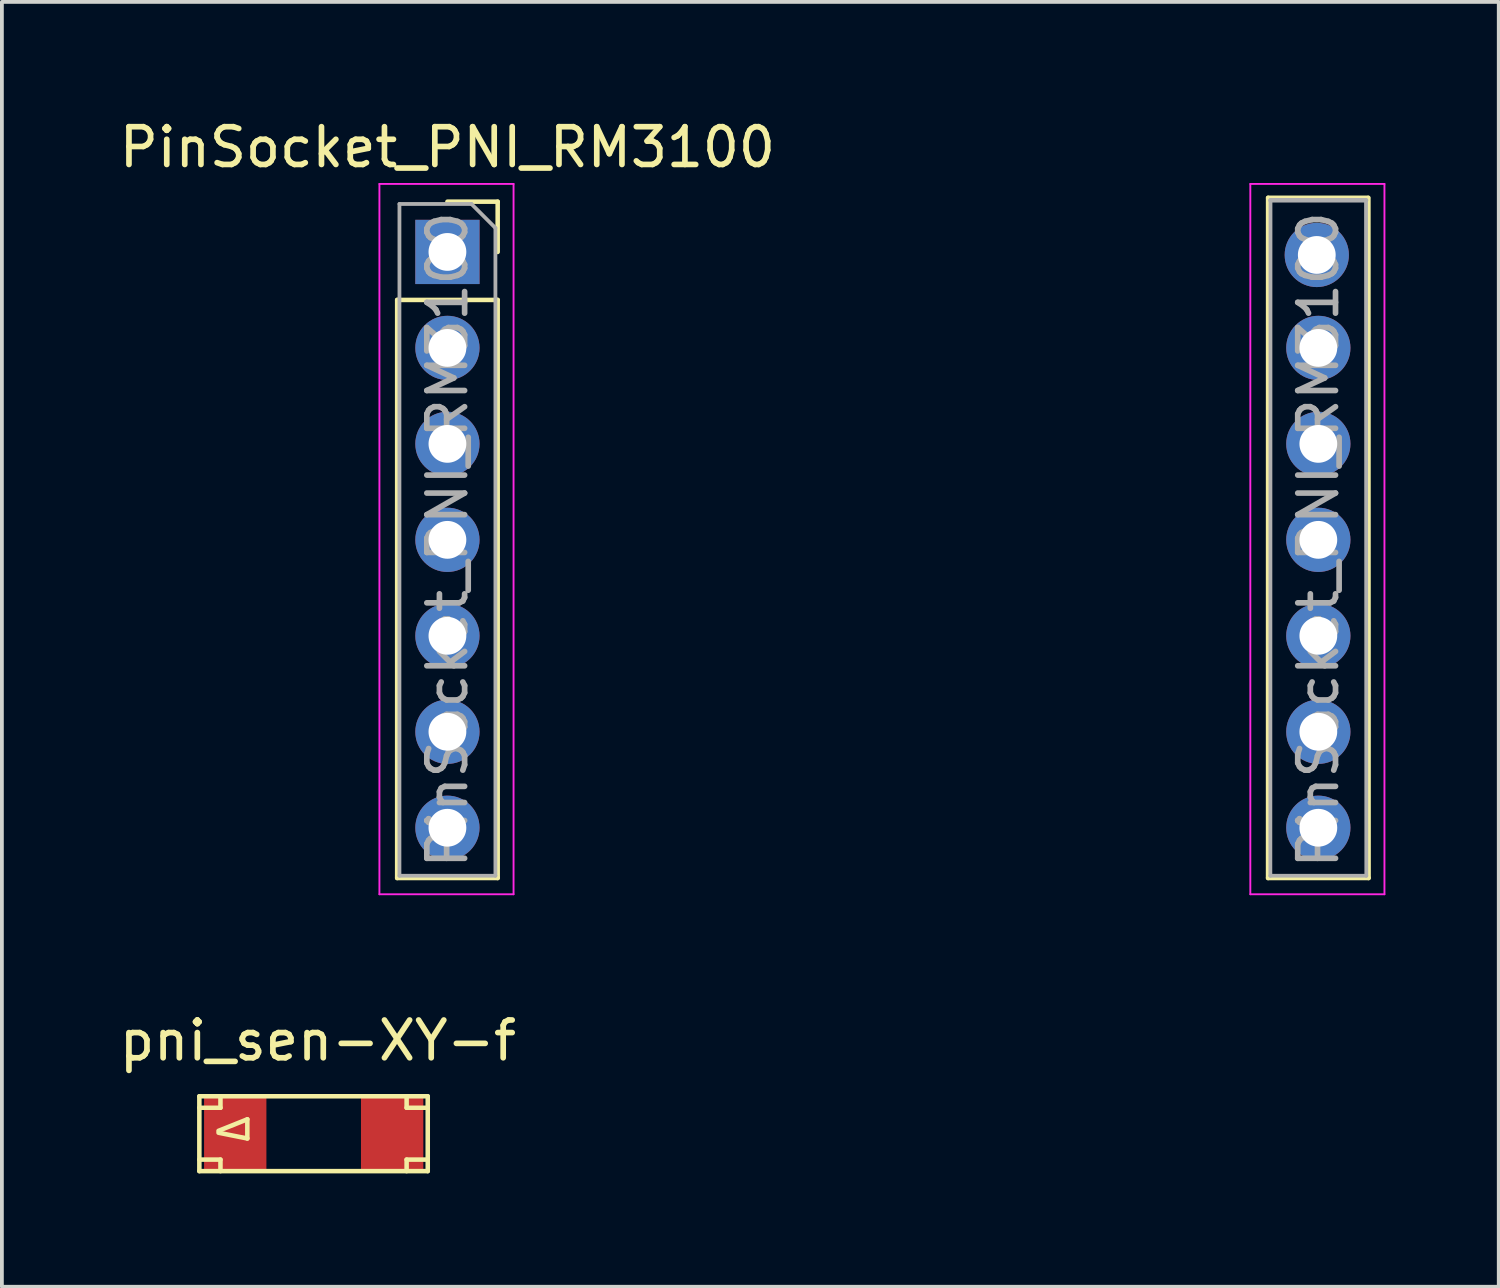
<source format=kicad_pcb>
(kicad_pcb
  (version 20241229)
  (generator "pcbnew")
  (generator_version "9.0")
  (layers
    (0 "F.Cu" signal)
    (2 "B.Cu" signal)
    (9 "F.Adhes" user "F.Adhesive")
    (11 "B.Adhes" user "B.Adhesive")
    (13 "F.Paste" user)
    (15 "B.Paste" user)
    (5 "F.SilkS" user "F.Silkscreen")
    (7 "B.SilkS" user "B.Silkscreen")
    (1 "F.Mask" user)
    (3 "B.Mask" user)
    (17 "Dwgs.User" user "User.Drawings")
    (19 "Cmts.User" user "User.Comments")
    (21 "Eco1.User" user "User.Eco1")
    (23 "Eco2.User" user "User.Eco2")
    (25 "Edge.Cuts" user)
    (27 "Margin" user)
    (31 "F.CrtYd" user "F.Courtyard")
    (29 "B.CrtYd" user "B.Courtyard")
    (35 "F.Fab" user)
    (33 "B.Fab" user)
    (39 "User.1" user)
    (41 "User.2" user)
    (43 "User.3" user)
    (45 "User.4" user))
  (footprint "pni_sen-XY-f"
    (layer "F.Cu")
    (at 5.439 27.006)
    (property "Reference" "pni_sen-XY-f" (at -0.076 -2.515 0) (layer "F.SilkS") (effects (font (size 1 1) (thickness 0.15))))
    (attr smd)
    (fp_poly (pts (xy -3.061 -0.965) (xy -3.061 0.876) (xy -1.511 0.87) (xy -1.511 -0.972)) (stroke (width 0.1) (type solid)) (fill yes) (layer "F.Mask"))
    (fp_line (start -3.213 -1.041) (end -3.213 0.94) (stroke (width 0.12) (type solid)) (layer "F.SilkS"))
    (fp_line (start -3.213 -0.737) (end -2.654 -0.737) (stroke (width 0.12) (type solid)) (layer "F.SilkS"))
    (fp_line (start -3.213 0.635) (end -2.654 0.635) (stroke (width 0.12) (type solid)) (layer "F.SilkS"))
    (fp_line (start -3.213 0.94) (end 2.832 0.94) (stroke (width 0.12) (type solid)) (layer "F.SilkS"))
    (fp_line (start -2.705 -0.127) (end -1.943 -0.432) (stroke (width 0.12) (type solid)) (layer "F.SilkS"))
    (fp_line (start -2.654 -0.737) (end -2.654 -1.041) (stroke (width 0.12) (type solid)) (layer "F.SilkS"))
    (fp_line (start -2.654 0.635) (end -2.654 0.94) (stroke (width 0.12) (type solid)) (layer "F.SilkS"))
    (fp_line (start -1.943 -0.432) (end -1.943 0.076) (stroke (width 0.12) (type solid)) (layer "F.SilkS"))
    (fp_line (start -1.943 0.076) (end -2.705 -0.076) (stroke (width 0.12) (type solid)) (layer "F.SilkS"))
    (fp_line (start 2.273 -1.041) (end 2.273 -0.737) (stroke (width 0.12) (type solid)) (layer "F.SilkS"))
    (fp_line (start 2.273 -0.737) (end 2.832 -0.737) (stroke (width 0.12) (type solid)) (layer "F.SilkS"))
    (fp_line (start 2.273 0.635) (end 2.273 0.94) (stroke (width 0.12) (type solid)) (layer "F.SilkS"))
    (fp_line (start 2.832 -1.041) (end -3.213 -1.041) (stroke (width 0.12) (type solid)) (layer "F.SilkS"))
    (fp_line (start 2.832 0.635) (end 2.273 0.635) (stroke (width 0.12) (type solid)) (layer "F.SilkS"))
    (fp_line (start 2.832 0.94) (end 2.832 -1.041) (stroke (width 0.12) (type solid)) (layer "F.SilkS"))
    (pad "1" smd rect (at -2.413 -0.203) (size 1.65 1.95) (drill (offset 0.15 0.15)) (layers "F.Cu" "F.Mask" "F.Paste"))
    (pad "2" smd rect (at 1.74 -0.203) (size 1.65 1.95) (drill (offset 0.15 0.15)) (layers "F.Cu" "F.Mask" "F.Paste")))
  (footprint "PinSocket_PNI_RM3100"
    (layer "F.Cu")
    (at 22.042 1.818)
    (property "Reference" "PinSocket_PNI_RM3100" (at -13.25 -0.97 0) (layer "F.SilkS") (effects (font (size 1 1) (thickness 0.15))))
    (attr through_hole)
    (fp_line (start -14.58 3.07) (end -14.58 18.37) (stroke (width 0.12) (type solid)) (layer "F.SilkS"))
    (fp_line (start -14.58 3.07) (end -11.92 3.07) (stroke (width 0.12) (type solid)) (layer "F.SilkS"))
    (fp_line (start -14.58 18.37) (end -11.92 18.37) (stroke (width 0.12) (type solid)) (layer "F.SilkS"))
    (fp_line (start -13.25 0.47) (end -11.92 0.47) (stroke (width 0.12) (type solid)) (layer "F.SilkS"))
    (fp_line (start -11.92 0.47) (end -11.92 1.8) (stroke (width 0.12) (type solid)) (layer "F.SilkS"))
    (fp_line (start -11.92 3.07) (end -11.92 18.37) (stroke (width 0.12) (type solid)) (layer "F.SilkS"))
    (fp_line (start 8.47 18.37) (end 11.13 18.37) (stroke (width 0.12) (type solid)) (layer "F.SilkS"))
    (fp_line (start 8.471 0.368) (end 8.47 18.37) (stroke (width 0.12) (type solid)) (layer "F.SilkS"))
    (fp_line (start 8.471 0.368) (end 11.113 0.368) (stroke (width 0.12) (type solid)) (layer "F.SilkS"))
    (fp_line (start 11.125 0.368) (end 11.13 18.37) (stroke (width 0.12) (type solid)) (layer "F.SilkS"))
    (fp_line (start -15.05 0) (end -11.5 0) (stroke (width 0.05) (type solid)) (layer "F.CrtYd"))
    (fp_line (start -15.05 18.8) (end -15.05 0) (stroke (width 0.05) (type solid)) (layer "F.CrtYd"))
    (fp_line (start -11.5 0) (end -11.5 18.8) (stroke (width 0.05) (type solid)) (layer "F.CrtYd"))
    (fp_line (start -11.5 18.8) (end -15.05 18.8) (stroke (width 0.05) (type solid)) (layer "F.CrtYd"))
    (fp_line (start 8 0) (end 11.55 0) (stroke (width 0.05) (type solid)) (layer "F.CrtYd"))
    (fp_line (start 8 18.8) (end 8 0) (stroke (width 0.05) (type solid)) (layer "F.CrtYd"))
    (fp_line (start 11.55 0) (end 11.55 18.8) (stroke (width 0.05) (type solid)) (layer "F.CrtYd"))
    (fp_line (start 11.55 18.8) (end 8 18.8) (stroke (width 0.05) (type solid)) (layer "F.CrtYd"))
    (fp_line (start -14.52 0.53) (end -12.615 0.53) (stroke (width 0.1) (type solid)) (layer "F.Fab"))
    (fp_line (start -14.52 18.31) (end -14.52 0.53) (stroke (width 0.1) (type solid)) (layer "F.Fab"))
    (fp_line (start -12.615 0.53) (end -11.98 1.165) (stroke (width 0.1) (type solid)) (layer "F.Fab"))
    (fp_line (start -11.98 1.165) (end -11.98 18.31) (stroke (width 0.1) (type solid)) (layer "F.Fab"))
    (fp_line (start -11.98 18.31) (end -14.52 18.31) (stroke (width 0.1) (type solid)) (layer "F.Fab"))
    (fp_line (start 8.53 18.31) (end 8.534 0.432) (stroke (width 0.1) (type solid)) (layer "F.Fab"))
    (fp_line (start 8.534 0.432) (end 11.062 0.432) (stroke (width 0.12) (type solid)) (layer "F.Fab"))
    (fp_line (start 11.062 0.432) (end 11.07 18.31) (stroke (width 0.1) (type solid)) (layer "F.Fab"))
    (fp_line (start 11.07 18.31) (end 8.53 18.31) (stroke (width 0.1) (type solid)) (layer "F.Fab"))
    (fp_text user "${REFERENCE}" (at 9.8 9.42 90) (layer "F.Fab") (effects (font (size 1 1) (thickness 0.15))))
    (fp_text user "${REFERENCE}" (at -13.25 9.42 90) (layer "F.Fab") (effects (font (size 1 1) (thickness 0.15))))
    (pad "1" thru_hole rect (at -13.25 1.8) (size 1.7 1.7) (drill 1) (layers "*.Cu" "*.Mask"))
    (pad "2" thru_hole oval (at -13.25 4.34) (size 1.7 1.7) (drill 1) (layers "*.Cu" "*.Mask"))
    (pad "3" thru_hole oval (at -13.25 6.88) (size 1.7 1.7) (drill 1) (layers "*.Cu" "*.Mask"))
    (pad "4" thru_hole oval (at -13.25 9.42) (size 1.7 1.7) (drill 1) (layers "*.Cu" "*.Mask"))
    (pad "5" thru_hole oval (at -13.25 11.96) (size 1.7 1.7) (drill 1) (layers "*.Cu" "*.Mask"))
    (pad "6" thru_hole oval (at -13.25 14.5) (size 1.7 1.7) (drill 1) (layers "*.Cu" "*.Mask"))
    (pad "7" thru_hole oval (at -13.25 17.04) (size 1.7 1.7) (drill 1) (layers "*.Cu" "*.Mask"))
    (pad "8" thru_hole oval (at 9.8 17.04) (size 1.7 1.7) (drill 1) (layers "*.Cu" "*.Mask"))
    (pad "9" thru_hole oval (at 9.8 14.5) (size 1.7 1.7) (drill 1) (layers "*.Cu" "*.Mask"))
    (pad "10" thru_hole oval (at 9.8 11.96) (size 1.7 1.7) (drill 1) (layers "*.Cu" "*.Mask"))
    (pad "11" thru_hole oval (at 9.8 9.42) (size 1.7 1.7) (drill 1) (layers "*.Cu" "*.Mask"))
    (pad "12" thru_hole oval (at 9.8 6.88) (size 1.7 1.7) (drill 1) (layers "*.Cu" "*.Mask"))
    (pad "13" thru_hole oval (at 9.8 4.34) (size 1.7 1.7) (drill 1) (layers "*.Cu" "*.Mask"))
    (pad "14" thru_hole oval (at 9.759 1.88) (size 1.7 1.7) (drill 1) (layers "*.Cu" "*.Mask")))
  (gr_rect
    (start -3 -3)
    (end 36.617 31.006)
    (stroke (width 0.1) (type default))
    (fill no)
    (layer "Edge.Cuts")))
</source>
